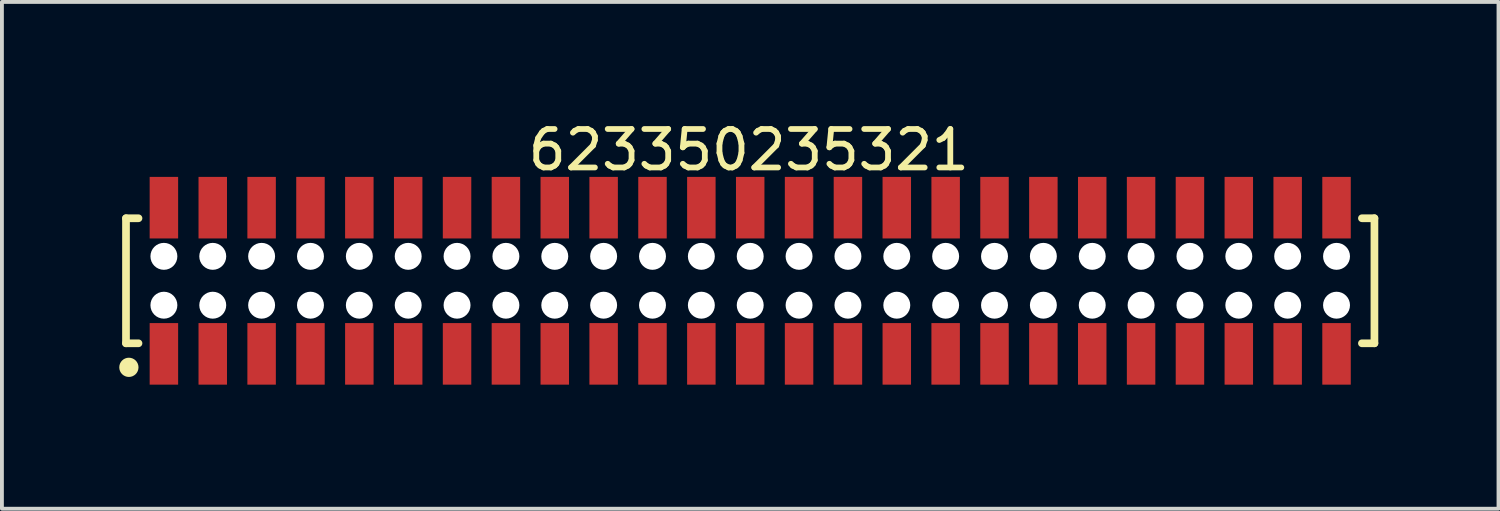
<source format=kicad_pcb>
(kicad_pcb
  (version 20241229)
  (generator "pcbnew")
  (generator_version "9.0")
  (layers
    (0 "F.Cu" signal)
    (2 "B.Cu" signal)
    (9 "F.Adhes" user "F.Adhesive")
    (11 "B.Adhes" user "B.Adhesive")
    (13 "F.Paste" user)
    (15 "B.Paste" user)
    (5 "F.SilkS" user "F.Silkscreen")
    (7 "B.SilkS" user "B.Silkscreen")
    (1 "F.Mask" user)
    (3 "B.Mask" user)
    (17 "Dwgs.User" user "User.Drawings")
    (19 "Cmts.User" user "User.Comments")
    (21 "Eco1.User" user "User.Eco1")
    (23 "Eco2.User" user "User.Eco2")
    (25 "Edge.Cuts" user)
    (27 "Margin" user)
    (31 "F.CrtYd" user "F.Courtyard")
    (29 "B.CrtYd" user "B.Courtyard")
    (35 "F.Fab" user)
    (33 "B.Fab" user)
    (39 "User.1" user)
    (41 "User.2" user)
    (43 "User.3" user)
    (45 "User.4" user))
  (footprint "623350235321"
    (layer "F.Cu")
    (at 16.45 4.248)
    (property "Reference" "623350235321" (at -0.037 -3.4 0) (layer "F.SilkS") (effects (font (size 1 1) (thickness 0.15))))
    (fp_line (start -16.225 -1.625) (end -15.9 -1.625) (stroke (width 0.2) (type solid)) (layer "F.SilkS"))
    (fp_line (start -16.225 1.625) (end -16.225 -1.625) (stroke (width 0.2) (type solid)) (layer "F.SilkS"))
    (fp_line (start -16.225 1.625) (end -15.9 1.625) (stroke (width 0.2) (type solid)) (layer "F.SilkS"))
    (fp_line (start 15.9 -1.625) (end 16.225 -1.625) (stroke (width 0.2) (type solid)) (layer "F.SilkS"))
    (fp_line (start 15.9 1.625) (end 16.225 1.625) (stroke (width 0.2) (type solid)) (layer "F.SilkS"))
    (fp_line (start 16.225 1.625) (end 16.225 -1.625) (stroke (width 0.2) (type solid)) (layer "F.SilkS"))
    (fp_circle (center -16.15 2.25) (end -16.15 2.125) (stroke (width 0.25) (type solid)) (fill no) (layer "F.SilkS"))
    (fp_line (start -16.425 -2.9) (end 16.425 -2.9) (stroke (width 0.05) (type solid)) (layer "Eco2.User"))
    (fp_line (start -16.425 2.9) (end -16.425 -2.9) (stroke (width 0.05) (type solid)) (layer "Eco2.User"))
    (fp_line (start -16.425 2.9) (end 16.425 2.9) (stroke (width 0.05) (type solid)) (layer "Eco2.User"))
    (fp_line (start -16.075 -1.55) (end 16.075 -1.55) (stroke (width 0.1) (type solid)) (layer "Eco2.User"))
    (fp_line (start -16.075 1.55) (end -16.075 -1.55) (stroke (width 0.1) (type solid)) (layer "Eco2.User"))
    (fp_line (start -16.075 1.55) (end 16.075 1.55) (stroke (width 0.1) (type solid)) (layer "Eco2.User"))
    (fp_line (start -15.44 -2.2) (end -15.04 -2.2) (stroke (width 0.1) (type solid)) (layer "Eco2.User"))
    (fp_line (start -15.44 -1.55) (end -15.44 -2.2) (stroke (width 0.1) (type solid)) (layer "Eco2.User"))
    (fp_line (start -15.44 2.2) (end -15.44 1.55) (stroke (width 0.1) (type solid)) (layer "Eco2.User"))
    (fp_line (start -15.44 2.2) (end -15.04 2.2) (stroke (width 0.1) (type solid)) (layer "Eco2.User"))
    (fp_line (start -15.04 -1.55) (end -15.04 -2.2) (stroke (width 0.1) (type solid)) (layer "Eco2.User"))
    (fp_line (start -15.04 2.2) (end -15.04 1.55) (stroke (width 0.1) (type solid)) (layer "Eco2.User"))
    (fp_line (start -14.17 -2.2) (end -13.77 -2.2) (stroke (width 0.1) (type solid)) (layer "Eco2.User"))
    (fp_line (start -14.17 -1.55) (end -14.17 -2.2) (stroke (width 0.1) (type solid)) (layer "Eco2.User"))
    (fp_line (start -14.17 2.2) (end -14.17 1.55) (stroke (width 0.1) (type solid)) (layer "Eco2.User"))
    (fp_line (start -14.17 2.2) (end -13.77 2.2) (stroke (width 0.1) (type solid)) (layer "Eco2.User"))
    (fp_line (start -13.77 -1.55) (end -13.77 -2.2) (stroke (width 0.1) (type solid)) (layer "Eco2.User"))
    (fp_line (start -13.77 2.2) (end -13.77 1.55) (stroke (width 0.1) (type solid)) (layer "Eco2.User"))
    (fp_line (start -12.9 -2.2) (end -12.5 -2.2) (stroke (width 0.1) (type solid)) (layer "Eco2.User"))
    (fp_line (start -12.9 -1.55) (end -12.9 -2.2) (stroke (width 0.1) (type solid)) (layer "Eco2.User"))
    (fp_line (start -12.9 2.2) (end -12.9 1.55) (stroke (width 0.1) (type solid)) (layer "Eco2.User"))
    (fp_line (start -12.9 2.2) (end -12.5 2.2) (stroke (width 0.1) (type solid)) (layer "Eco2.User"))
    (fp_line (start -12.5 -1.55) (end -12.5 -2.2) (stroke (width 0.1) (type solid)) (layer "Eco2.User"))
    (fp_line (start -12.5 2.2) (end -12.5 1.55) (stroke (width 0.1) (type solid)) (layer "Eco2.User"))
    (fp_line (start -11.63 -2.2) (end -11.23 -2.2) (stroke (width 0.1) (type solid)) (layer "Eco2.User"))
    (fp_line (start -11.63 -1.55) (end -11.63 -2.2) (stroke (width 0.1) (type solid)) (layer "Eco2.User"))
    (fp_line (start -11.63 2.2) (end -11.63 1.55) (stroke (width 0.1) (type solid)) (layer "Eco2.User"))
    (fp_line (start -11.63 2.2) (end -11.23 2.2) (stroke (width 0.1) (type solid)) (layer "Eco2.User"))
    (fp_line (start -11.23 -1.55) (end -11.23 -2.2) (stroke (width 0.1) (type solid)) (layer "Eco2.User"))
    (fp_line (start -11.23 2.2) (end -11.23 1.55) (stroke (width 0.1) (type solid)) (layer "Eco2.User"))
    (fp_line (start -10.36 -2.2) (end -9.96 -2.2) (stroke (width 0.1) (type solid)) (layer "Eco2.User"))
    (fp_line (start -10.36 -1.55) (end -10.36 -2.2) (stroke (width 0.1) (type solid)) (layer "Eco2.User"))
    (fp_line (start -10.36 2.2) (end -10.36 1.55) (stroke (width 0.1) (type solid)) (layer "Eco2.User"))
    (fp_line (start -10.36 2.2) (end -9.96 2.2) (stroke (width 0.1) (type solid)) (layer "Eco2.User"))
    (fp_line (start -9.96 -1.55) (end -9.96 -2.2) (stroke (width 0.1) (type solid)) (layer "Eco2.User"))
    (fp_line (start -9.96 2.2) (end -9.96 1.55) (stroke (width 0.1) (type solid)) (layer "Eco2.User"))
    (fp_line (start -9.09 -2.2) (end -8.69 -2.2) (stroke (width 0.1) (type solid)) (layer "Eco2.User"))
    (fp_line (start -9.09 -1.55) (end -9.09 -2.2) (stroke (width 0.1) (type solid)) (layer "Eco2.User"))
    (fp_line (start -9.09 2.2) (end -9.09 1.55) (stroke (width 0.1) (type solid)) (layer "Eco2.User"))
    (fp_line (start -9.09 2.2) (end -8.69 2.2) (stroke (width 0.1) (type solid)) (layer "Eco2.User"))
    (fp_line (start -8.69 -1.55) (end -8.69 -2.2) (stroke (width 0.1) (type solid)) (layer "Eco2.User"))
    (fp_line (start -8.69 2.2) (end -8.69 1.55) (stroke (width 0.1) (type solid)) (layer "Eco2.User"))
    (fp_line (start -7.82 -2.2) (end -7.42 -2.2) (stroke (width 0.1) (type solid)) (layer "Eco2.User"))
    (fp_line (start -7.82 -1.55) (end -7.82 -2.2) (stroke (width 0.1) (type solid)) (layer "Eco2.User"))
    (fp_line (start -7.82 2.2) (end -7.82 1.55) (stroke (width 0.1) (type solid)) (layer "Eco2.User"))
    (fp_line (start -7.82 2.2) (end -7.42 2.2) (stroke (width 0.1) (type solid)) (layer "Eco2.User"))
    (fp_line (start -7.42 -1.55) (end -7.42 -2.2) (stroke (width 0.1) (type solid)) (layer "Eco2.User"))
    (fp_line (start -7.42 2.2) (end -7.42 1.55) (stroke (width 0.1) (type solid)) (layer "Eco2.User"))
    (fp_line (start -6.55 -2.2) (end -6.15 -2.2) (stroke (width 0.1) (type solid)) (layer "Eco2.User"))
    (fp_line (start -6.55 -1.55) (end -6.55 -2.2) (stroke (width 0.1) (type solid)) (layer "Eco2.User"))
    (fp_line (start -6.55 2.2) (end -6.55 1.55) (stroke (width 0.1) (type solid)) (layer "Eco2.User"))
    (fp_line (start -6.55 2.2) (end -6.15 2.2) (stroke (width 0.1) (type solid)) (layer "Eco2.User"))
    (fp_line (start -6.15 -1.55) (end -6.15 -2.2) (stroke (width 0.1) (type solid)) (layer "Eco2.User"))
    (fp_line (start -6.15 2.2) (end -6.15 1.55) (stroke (width 0.1) (type solid)) (layer "Eco2.User"))
    (fp_line (start -5.28 -2.2) (end -4.88 -2.2) (stroke (width 0.1) (type solid)) (layer "Eco2.User"))
    (fp_line (start -5.28 -1.55) (end -5.28 -2.2) (stroke (width 0.1) (type solid)) (layer "Eco2.User"))
    (fp_line (start -5.28 2.2) (end -5.28 1.55) (stroke (width 0.1) (type solid)) (layer "Eco2.User"))
    (fp_line (start -5.28 2.2) (end -4.88 2.2) (stroke (width 0.1) (type solid)) (layer "Eco2.User"))
    (fp_line (start -4.88 -1.55) (end -4.88 -2.2) (stroke (width 0.1) (type solid)) (layer "Eco2.User"))
    (fp_line (start -4.88 2.2) (end -4.88 1.55) (stroke (width 0.1) (type solid)) (layer "Eco2.User"))
    (fp_line (start -4.01 -2.2) (end -3.61 -2.2) (stroke (width 0.1) (type solid)) (layer "Eco2.User"))
    (fp_line (start -4.01 -1.55) (end -4.01 -2.2) (stroke (width 0.1) (type solid)) (layer "Eco2.User"))
    (fp_line (start -4.01 2.2) (end -4.01 1.55) (stroke (width 0.1) (type solid)) (layer "Eco2.User"))
    (fp_line (start -4.01 2.2) (end -3.61 2.2) (stroke (width 0.1) (type solid)) (layer "Eco2.User"))
    (fp_line (start -3.61 -1.55) (end -3.61 -2.2) (stroke (width 0.1) (type solid)) (layer "Eco2.User"))
    (fp_line (start -3.61 2.2) (end -3.61 1.55) (stroke (width 0.1) (type solid)) (layer "Eco2.User"))
    (fp_line (start -2.74 -2.2) (end -2.34 -2.2) (stroke (width 0.1) (type solid)) (layer "Eco2.User"))
    (fp_line (start -2.74 -1.55) (end -2.74 -2.2) (stroke (width 0.1) (type solid)) (layer "Eco2.User"))
    (fp_line (start -2.74 2.2) (end -2.74 1.55) (stroke (width 0.1) (type solid)) (layer "Eco2.User"))
    (fp_line (start -2.74 2.2) (end -2.34 2.2) (stroke (width 0.1) (type solid)) (layer "Eco2.User"))
    (fp_line (start -2.34 -1.55) (end -2.34 -2.2) (stroke (width 0.1) (type solid)) (layer "Eco2.User"))
    (fp_line (start -2.34 2.2) (end -2.34 1.55) (stroke (width 0.1) (type solid)) (layer "Eco2.User"))
    (fp_line (start -1.47 -2.2) (end -1.07 -2.2) (stroke (width 0.1) (type solid)) (layer "Eco2.User"))
    (fp_line (start -1.47 -1.55) (end -1.47 -2.2) (stroke (width 0.1) (type solid)) (layer "Eco2.User"))
    (fp_line (start -1.47 2.2) (end -1.47 1.55) (stroke (width 0.1) (type solid)) (layer "Eco2.User"))
    (fp_line (start -1.47 2.2) (end -1.07 2.2) (stroke (width 0.1) (type solid)) (layer "Eco2.User"))
    (fp_line (start -1.07 -1.55) (end -1.07 -2.2) (stroke (width 0.1) (type solid)) (layer "Eco2.User"))
    (fp_line (start -1.07 2.2) (end -1.07 1.55) (stroke (width 0.1) (type solid)) (layer "Eco2.User"))
    (fp_line (start -0.5 0) (end 0.5 0) (stroke (width 0.05) (type solid)) (layer "Eco2.User"))
    (fp_line (start -0.2 -2.2) (end 0.2 -2.2) (stroke (width 0.1) (type solid)) (layer "Eco2.User"))
    (fp_line (start -0.2 -1.55) (end -0.2 -2.2) (stroke (width 0.1) (type solid)) (layer "Eco2.User"))
    (fp_line (start -0.2 2.2) (end -0.2 1.55) (stroke (width 0.1) (type solid)) (layer "Eco2.User"))
    (fp_line (start -0.2 2.2) (end 0.2 2.2) (stroke (width 0.1) (type solid)) (layer "Eco2.User"))
    (fp_line (start 0 0.5) (end 0 -0.5) (stroke (width 0.05) (type solid)) (layer "Eco2.User"))
    (fp_line (start 0.2 -1.55) (end 0.2 -2.2) (stroke (width 0.1) (type solid)) (layer "Eco2.User"))
    (fp_line (start 0.2 2.2) (end 0.2 1.55) (stroke (width 0.1) (type solid)) (layer "Eco2.User"))
    (fp_line (start 1.07 -2.2) (end 1.47 -2.2) (stroke (width 0.1) (type solid)) (layer "Eco2.User"))
    (fp_line (start 1.07 -1.55) (end 1.07 -2.2) (stroke (width 0.1) (type solid)) (layer "Eco2.User"))
    (fp_line (start 1.07 2.2) (end 1.07 1.55) (stroke (width 0.1) (type solid)) (layer "Eco2.User"))
    (fp_line (start 1.07 2.2) (end 1.47 2.2) (stroke (width 0.1) (type solid)) (layer "Eco2.User"))
    (fp_line (start 1.47 -1.55) (end 1.47 -2.2) (stroke (width 0.1) (type solid)) (layer "Eco2.User"))
    (fp_line (start 1.47 2.2) (end 1.47 1.55) (stroke (width 0.1) (type solid)) (layer "Eco2.User"))
    (fp_line (start 2.34 -2.2) (end 2.74 -2.2) (stroke (width 0.1) (type solid)) (layer "Eco2.User"))
    (fp_line (start 2.34 -1.55) (end 2.34 -2.2) (stroke (width 0.1) (type solid)) (layer "Eco2.User"))
    (fp_line (start 2.34 2.2) (end 2.34 1.55) (stroke (width 0.1) (type solid)) (layer "Eco2.User"))
    (fp_line (start 2.34 2.2) (end 2.74 2.2) (stroke (width 0.1) (type solid)) (layer "Eco2.User"))
    (fp_line (start 2.74 -1.55) (end 2.74 -2.2) (stroke (width 0.1) (type solid)) (layer "Eco2.User"))
    (fp_line (start 2.74 2.2) (end 2.74 1.55) (stroke (width 0.1) (type solid)) (layer "Eco2.User"))
    (fp_line (start 3.61 -2.2) (end 4.01 -2.2) (stroke (width 0.1) (type solid)) (layer "Eco2.User"))
    (fp_line (start 3.61 -1.55) (end 3.61 -2.2) (stroke (width 0.1) (type solid)) (layer "Eco2.User"))
    (fp_line (start 3.61 2.2) (end 3.61 1.55) (stroke (width 0.1) (type solid)) (layer "Eco2.User"))
    (fp_line (start 3.61 2.2) (end 4.01 2.2) (stroke (width 0.1) (type solid)) (layer "Eco2.User"))
    (fp_line (start 4.01 -1.55) (end 4.01 -2.2) (stroke (width 0.1) (type solid)) (layer "Eco2.User"))
    (fp_line (start 4.01 2.2) (end 4.01 1.55) (stroke (width 0.1) (type solid)) (layer "Eco2.User"))
    (fp_line (start 4.88 -2.2) (end 5.28 -2.2) (stroke (width 0.1) (type solid)) (layer "Eco2.User"))
    (fp_line (start 4.88 -1.55) (end 4.88 -2.2) (stroke (width 0.1) (type solid)) (layer "Eco2.User"))
    (fp_line (start 4.88 2.2) (end 4.88 1.55) (stroke (width 0.1) (type solid)) (layer "Eco2.User"))
    (fp_line (start 4.88 2.2) (end 5.28 2.2) (stroke (width 0.1) (type solid)) (layer "Eco2.User"))
    (fp_line (start 5.28 -1.55) (end 5.28 -2.2) (stroke (width 0.1) (type solid)) (layer "Eco2.User"))
    (fp_line (start 5.28 2.2) (end 5.28 1.55) (stroke (width 0.1) (type solid)) (layer "Eco2.User"))
    (fp_line (start 6.15 -2.2) (end 6.55 -2.2) (stroke (width 0.1) (type solid)) (layer "Eco2.User"))
    (fp_line (start 6.15 -1.55) (end 6.15 -2.2) (stroke (width 0.1) (type solid)) (layer "Eco2.User"))
    (fp_line (start 6.15 2.2) (end 6.15 1.55) (stroke (width 0.1) (type solid)) (layer "Eco2.User"))
    (fp_line (start 6.15 2.2) (end 6.55 2.2) (stroke (width 0.1) (type solid)) (layer "Eco2.User"))
    (fp_line (start 6.55 -1.55) (end 6.55 -2.2) (stroke (width 0.1) (type solid)) (layer "Eco2.User"))
    (fp_line (start 6.55 2.2) (end 6.55 1.55) (stroke (width 0.1) (type solid)) (layer "Eco2.User"))
    (fp_line (start 7.42 -2.2) (end 7.82 -2.2) (stroke (width 0.1) (type solid)) (layer "Eco2.User"))
    (fp_line (start 7.42 -1.55) (end 7.42 -2.2) (stroke (width 0.1) (type solid)) (layer "Eco2.User"))
    (fp_line (start 7.42 2.2) (end 7.42 1.55) (stroke (width 0.1) (type solid)) (layer "Eco2.User"))
    (fp_line (start 7.42 2.2) (end 7.82 2.2) (stroke (width 0.1) (type solid)) (layer "Eco2.User"))
    (fp_line (start 7.82 -1.55) (end 7.82 -2.2) (stroke (width 0.1) (type solid)) (layer "Eco2.User"))
    (fp_line (start 7.82 2.2) (end 7.82 1.55) (stroke (width 0.1) (type solid)) (layer "Eco2.User"))
    (fp_line (start 8.69 -2.2) (end 9.09 -2.2) (stroke (width 0.1) (type solid)) (layer "Eco2.User"))
    (fp_line (start 8.69 -1.55) (end 8.69 -2.2) (stroke (width 0.1) (type solid)) (layer "Eco2.User"))
    (fp_line (start 8.69 2.2) (end 8.69 1.55) (stroke (width 0.1) (type solid)) (layer "Eco2.User"))
    (fp_line (start 8.69 2.2) (end 9.09 2.2) (stroke (width 0.1) (type solid)) (layer "Eco2.User"))
    (fp_line (start 9.09 -1.55) (end 9.09 -2.2) (stroke (width 0.1) (type solid)) (layer "Eco2.User"))
    (fp_line (start 9.09 2.2) (end 9.09 1.55) (stroke (width 0.1) (type solid)) (layer "Eco2.User"))
    (fp_line (start 9.96 -2.2) (end 10.36 -2.2) (stroke (width 0.1) (type solid)) (layer "Eco2.User"))
    (fp_line (start 9.96 -1.55) (end 9.96 -2.2) (stroke (width 0.1) (type solid)) (layer "Eco2.User"))
    (fp_line (start 9.96 2.2) (end 9.96 1.55) (stroke (width 0.1) (type solid)) (layer "Eco2.User"))
    (fp_line (start 9.96 2.2) (end 10.36 2.2) (stroke (width 0.1) (type solid)) (layer "Eco2.User"))
    (fp_line (start 10.36 -1.55) (end 10.36 -2.2) (stroke (width 0.1) (type solid)) (layer "Eco2.User"))
    (fp_line (start 10.36 2.2) (end 10.36 1.55) (stroke (width 0.1) (type solid)) (layer "Eco2.User"))
    (fp_line (start 11.23 -2.2) (end 11.63 -2.2) (stroke (width 0.1) (type solid)) (layer "Eco2.User"))
    (fp_line (start 11.23 -1.55) (end 11.23 -2.2) (stroke (width 0.1) (type solid)) (layer "Eco2.User"))
    (fp_line (start 11.23 2.2) (end 11.23 1.55) (stroke (width 0.1) (type solid)) (layer "Eco2.User"))
    (fp_line (start 11.23 2.2) (end 11.63 2.2) (stroke (width 0.1) (type solid)) (layer "Eco2.User"))
    (fp_line (start 11.63 -1.55) (end 11.63 -2.2) (stroke (width 0.1) (type solid)) (layer "Eco2.User"))
    (fp_line (start 11.63 2.2) (end 11.63 1.55) (stroke (width 0.1) (type solid)) (layer "Eco2.User"))
    (fp_line (start 12.5 -2.2) (end 12.9 -2.2) (stroke (width 0.1) (type solid)) (layer "Eco2.User"))
    (fp_line (start 12.5 -1.55) (end 12.5 -2.2) (stroke (width 0.1) (type solid)) (layer "Eco2.User"))
    (fp_line (start 12.5 2.2) (end 12.5 1.55) (stroke (width 0.1) (type solid)) (layer "Eco2.User"))
    (fp_line (start 12.5 2.2) (end 12.9 2.2) (stroke (width 0.1) (type solid)) (layer "Eco2.User"))
    (fp_line (start 12.9 -1.55) (end 12.9 -2.2) (stroke (width 0.1) (type solid)) (layer "Eco2.User"))
    (fp_line (start 12.9 2.2) (end 12.9 1.55) (stroke (width 0.1) (type solid)) (layer "Eco2.User"))
    (fp_line (start 13.77 -2.2) (end 14.17 -2.2) (stroke (width 0.1) (type solid)) (layer "Eco2.User"))
    (fp_line (start 13.77 -1.55) (end 13.77 -2.2) (stroke (width 0.1) (type solid)) (layer "Eco2.User"))
    (fp_line (start 13.77 2.2) (end 13.77 1.55) (stroke (width 0.1) (type solid)) (layer "Eco2.User"))
    (fp_line (start 13.77 2.2) (end 14.17 2.2) (stroke (width 0.1) (type solid)) (layer "Eco2.User"))
    (fp_line (start 14.17 -1.55) (end 14.17 -2.2) (stroke (width 0.1) (type solid)) (layer "Eco2.User"))
    (fp_line (start 14.17 2.2) (end 14.17 1.55) (stroke (width 0.1) (type solid)) (layer "Eco2.User"))
    (fp_line (start 15.04 -2.2) (end 15.44 -2.2) (stroke (width 0.1) (type solid)) (layer "Eco2.User"))
    (fp_line (start 15.04 -1.55) (end 15.04 -2.2) (stroke (width 0.1) (type solid)) (layer "Eco2.User"))
    (fp_line (start 15.04 2.2) (end 15.04 1.55) (stroke (width 0.1) (type solid)) (layer "Eco2.User"))
    (fp_line (start 15.04 2.2) (end 15.44 2.2) (stroke (width 0.1) (type solid)) (layer "Eco2.User"))
    (fp_line (start 15.44 -1.55) (end 15.44 -2.2) (stroke (width 0.1) (type solid)) (layer "Eco2.User"))
    (fp_line (start 15.44 2.2) (end 15.44 1.55) (stroke (width 0.1) (type solid)) (layer "Eco2.User"))
    (fp_line (start 16.075 1.55) (end 16.075 -1.55) (stroke (width 0.1) (type solid)) (layer "Eco2.User"))
    (fp_line (start 16.425 2.9) (end 16.425 -2.9) (stroke (width 0.05) (type solid)) (layer "Eco2.User"))
    (fp_text user "${REFERENCE}" (at 0.15 -0.197 0) (unlocked yes) (layer "User.3") (effects (font (size 1.5 1.5) (thickness 0.15))))
    (pad "" np_thru_hole circle (at -15.24 -0.635) (size 0.7 0.7) (drill 0.7) (layers "*.Cu" "*.Mask"))
    (pad "" np_thru_hole circle (at -15.24 0.635) (size 0.7 0.7) (drill 0.7) (layers "*.Cu" "*.Mask"))
    (pad "" np_thru_hole circle (at -13.97 -0.635) (size 0.7 0.7) (drill 0.7) (layers "*.Cu" "*.Mask"))
    (pad "" np_thru_hole circle (at -13.97 0.635) (size 0.7 0.7) (drill 0.7) (layers "*.Cu" "*.Mask"))
    (pad "" np_thru_hole circle (at -12.7 -0.635) (size 0.7 0.7) (drill 0.7) (layers "*.Cu" "*.Mask"))
    (pad "" np_thru_hole circle (at -12.7 0.635) (size 0.7 0.7) (drill 0.7) (layers "*.Cu" "*.Mask"))
    (pad "" np_thru_hole circle (at -11.43 -0.635) (size 0.7 0.7) (drill 0.7) (layers "*.Cu" "*.Mask"))
    (pad "" np_thru_hole circle (at -11.43 0.635) (size 0.7 0.7) (drill 0.7) (layers "*.Cu" "*.Mask"))
    (pad "" np_thru_hole circle (at -10.16 -0.635) (size 0.7 0.7) (drill 0.7) (layers "*.Cu" "*.Mask"))
    (pad "" np_thru_hole circle (at -10.16 0.635) (size 0.7 0.7) (drill 0.7) (layers "*.Cu" "*.Mask"))
    (pad "" np_thru_hole circle (at -8.89 -0.635) (size 0.7 0.7) (drill 0.7) (layers "*.Cu" "*.Mask"))
    (pad "" np_thru_hole circle (at -8.89 0.635) (size 0.7 0.7) (drill 0.7) (layers "*.Cu" "*.Mask"))
    (pad "" np_thru_hole circle (at -7.62 -0.635) (size 0.7 0.7) (drill 0.7) (layers "*.Cu" "*.Mask"))
    (pad "" np_thru_hole circle (at -7.62 0.635) (size 0.7 0.7) (drill 0.7) (layers "*.Cu" "*.Mask"))
    (pad "" np_thru_hole circle (at -6.35 -0.635) (size 0.7 0.7) (drill 0.7) (layers "*.Cu" "*.Mask"))
    (pad "" np_thru_hole circle (at -6.35 0.635) (size 0.7 0.7) (drill 0.7) (layers "*.Cu" "*.Mask"))
    (pad "" np_thru_hole circle (at -5.08 -0.635) (size 0.7 0.7) (drill 0.7) (layers "*.Cu" "*.Mask"))
    (pad "" np_thru_hole circle (at -5.08 0.635) (size 0.7 0.7) (drill 0.7) (layers "*.Cu" "*.Mask"))
    (pad "" np_thru_hole circle (at -3.81 -0.635) (size 0.7 0.7) (drill 0.7) (layers "*.Cu" "*.Mask"))
    (pad "" np_thru_hole circle (at -3.81 0.635) (size 0.7 0.7) (drill 0.7) (layers "*.Cu" "*.Mask"))
    (pad "" np_thru_hole circle (at -2.54 -0.635) (size 0.7 0.7) (drill 0.7) (layers "*.Cu" "*.Mask"))
    (pad "" np_thru_hole circle (at -2.54 0.635) (size 0.7 0.7) (drill 0.7) (layers "*.Cu" "*.Mask"))
    (pad "" np_thru_hole circle (at -1.27 -0.635) (size 0.7 0.7) (drill 0.7) (layers "*.Cu" "*.Mask"))
    (pad "" np_thru_hole circle (at -1.27 0.635) (size 0.7 0.7) (drill 0.7) (layers "*.Cu" "*.Mask"))
    (pad "" np_thru_hole circle (at 0 -0.635) (size 0.7 0.7) (drill 0.7) (layers "*.Cu" "*.Mask"))
    (pad "" np_thru_hole circle (at 0 0.635) (size 0.7 0.7) (drill 0.7) (layers "*.Cu" "*.Mask"))
    (pad "" np_thru_hole circle (at 1.27 -0.635) (size 0.7 0.7) (drill 0.7) (layers "*.Cu" "*.Mask"))
    (pad "" np_thru_hole circle (at 1.27 0.635) (size 0.7 0.7) (drill 0.7) (layers "*.Cu" "*.Mask"))
    (pad "" np_thru_hole circle (at 2.54 -0.635) (size 0.7 0.7) (drill 0.7) (layers "*.Cu" "*.Mask"))
    (pad "" np_thru_hole circle (at 2.54 0.635) (size 0.7 0.7) (drill 0.7) (layers "*.Cu" "*.Mask"))
    (pad "" np_thru_hole circle (at 3.81 -0.635) (size 0.7 0.7) (drill 0.7) (layers "*.Cu" "*.Mask"))
    (pad "" np_thru_hole circle (at 3.81 0.635) (size 0.7 0.7) (drill 0.7) (layers "*.Cu" "*.Mask"))
    (pad "" np_thru_hole circle (at 5.08 -0.635) (size 0.7 0.7) (drill 0.7) (layers "*.Cu" "*.Mask"))
    (pad "" np_thru_hole circle (at 5.08 0.635) (size 0.7 0.7) (drill 0.7) (layers "*.Cu" "*.Mask"))
    (pad "" np_thru_hole circle (at 6.35 -0.635) (size 0.7 0.7) (drill 0.7) (layers "*.Cu" "*.Mask"))
    (pad "" np_thru_hole circle (at 6.35 0.635) (size 0.7 0.7) (drill 0.7) (layers "*.Cu" "*.Mask"))
    (pad "" np_thru_hole circle (at 7.62 -0.635) (size 0.7 0.7) (drill 0.7) (layers "*.Cu" "*.Mask"))
    (pad "" np_thru_hole circle (at 7.62 0.635) (size 0.7 0.7) (drill 0.7) (layers "*.Cu" "*.Mask"))
    (pad "" np_thru_hole circle (at 8.89 -0.635) (size 0.7 0.7) (drill 0.7) (layers "*.Cu" "*.Mask"))
    (pad "" np_thru_hole circle (at 8.89 0.635) (size 0.7 0.7) (drill 0.7) (layers "*.Cu" "*.Mask"))
    (pad "" np_thru_hole circle (at 10.16 -0.635) (size 0.7 0.7) (drill 0.7) (layers "*.Cu" "*.Mask"))
    (pad "" np_thru_hole circle (at 10.16 0.635) (size 0.7 0.7) (drill 0.7) (layers "*.Cu" "*.Mask"))
    (pad "" np_thru_hole circle (at 11.43 -0.635) (size 0.7 0.7) (drill 0.7) (layers "*.Cu" "*.Mask"))
    (pad "" np_thru_hole circle (at 11.43 0.635) (size 0.7 0.7) (drill 0.7) (layers "*.Cu" "*.Mask"))
    (pad "" np_thru_hole circle (at 12.7 -0.635) (size 0.7 0.7) (drill 0.7) (layers "*.Cu" "*.Mask"))
    (pad "" np_thru_hole circle (at 12.7 0.635) (size 0.7 0.7) (drill 0.7) (layers "*.Cu" "*.Mask"))
    (pad "" np_thru_hole circle (at 13.97 -0.635) (size 0.7 0.7) (drill 0.7) (layers "*.Cu" "*.Mask"))
    (pad "" np_thru_hole circle (at 13.97 0.635) (size 0.7 0.7) (drill 0.7) (layers "*.Cu" "*.Mask"))
    (pad "" np_thru_hole circle (at 15.24 -0.635) (size 0.7 0.7) (drill 0.7) (layers "*.Cu" "*.Mask"))
    (pad "" np_thru_hole circle (at 15.24 0.635) (size 0.7 0.7) (drill 0.7) (layers "*.Cu" "*.Mask"))
    (pad "1" smd rect (at -15.24 1.9) (size 0.74 1.6) (layers "F.Cu" "F.Mask" "F.Paste"))
    (pad "2" smd rect (at -15.24 -1.9) (size 0.74 1.6) (layers "F.Cu" "F.Mask" "F.Paste"))
    (pad "3" smd rect (at -13.97 1.9) (size 0.74 1.6) (layers "F.Cu" "F.Mask" "F.Paste"))
    (pad "4" smd rect (at -13.97 -1.9) (size 0.74 1.6) (layers "F.Cu" "F.Mask" "F.Paste"))
    (pad "5" smd rect (at -12.7 1.9) (size 0.74 1.6) (layers "F.Cu" "F.Mask" "F.Paste"))
    (pad "6" smd rect (at -12.7 -1.9) (size 0.74 1.6) (layers "F.Cu" "F.Mask" "F.Paste"))
    (pad "7" smd rect (at -11.43 1.9) (size 0.74 1.6) (layers "F.Cu" "F.Mask" "F.Paste"))
    (pad "8" smd rect (at -11.43 -1.9) (size 0.74 1.6) (layers "F.Cu" "F.Mask" "F.Paste"))
    (pad "9" smd rect (at -10.16 1.9) (size 0.74 1.6) (layers "F.Cu" "F.Mask" "F.Paste"))
    (pad "10" smd rect (at -10.16 -1.9) (size 0.74 1.6) (layers "F.Cu" "F.Mask" "F.Paste"))
    (pad "11" smd rect (at -8.89 1.9) (size 0.74 1.6) (layers "F.Cu" "F.Mask" "F.Paste"))
    (pad "12" smd rect (at -8.89 -1.9) (size 0.74 1.6) (layers "F.Cu" "F.Mask" "F.Paste"))
    (pad "13" smd rect (at -7.62 1.9) (size 0.74 1.6) (layers "F.Cu" "F.Mask" "F.Paste"))
    (pad "14" smd rect (at -7.62 -1.9) (size 0.74 1.6) (layers "F.Cu" "F.Mask" "F.Paste"))
    (pad "15" smd rect (at -6.35 1.9) (size 0.74 1.6) (layers "F.Cu" "F.Mask" "F.Paste"))
    (pad "16" smd rect (at -6.35 -1.9) (size 0.74 1.6) (layers "F.Cu" "F.Mask" "F.Paste"))
    (pad "17" smd rect (at -5.08 1.9) (size 0.74 1.6) (layers "F.Cu" "F.Mask" "F.Paste"))
    (pad "18" smd rect (at -5.08 -1.9) (size 0.74 1.6) (layers "F.Cu" "F.Mask" "F.Paste"))
    (pad "19" smd rect (at -3.81 1.9) (size 0.74 1.6) (layers "F.Cu" "F.Mask" "F.Paste"))
    (pad "20" smd rect (at -3.81 -1.9) (size 0.74 1.6) (layers "F.Cu" "F.Mask" "F.Paste"))
    (pad "21" smd rect (at -2.54 1.9) (size 0.74 1.6) (layers "F.Cu" "F.Mask" "F.Paste"))
    (pad "22" smd rect (at -2.54 -1.9) (size 0.74 1.6) (layers "F.Cu" "F.Mask" "F.Paste"))
    (pad "23" smd rect (at -1.27 1.9) (size 0.74 1.6) (layers "F.Cu" "F.Mask" "F.Paste"))
    (pad "24" smd rect (at -1.27 -1.9) (size 0.74 1.6) (layers "F.Cu" "F.Mask" "F.Paste"))
    (pad "25" smd rect (at 0 1.9) (size 0.74 1.6) (layers "F.Cu" "F.Mask" "F.Paste"))
    (pad "26" smd rect (at 0 -1.9) (size 0.74 1.6) (layers "F.Cu" "F.Mask" "F.Paste"))
    (pad "27" smd rect (at 1.27 1.9) (size 0.74 1.6) (layers "F.Cu" "F.Mask" "F.Paste"))
    (pad "28" smd rect (at 1.27 -1.9) (size 0.74 1.6) (layers "F.Cu" "F.Mask" "F.Paste"))
    (pad "29" smd rect (at 2.54 1.9) (size 0.74 1.6) (layers "F.Cu" "F.Mask" "F.Paste"))
    (pad "30" smd rect (at 2.54 -1.9) (size 0.74 1.6) (layers "F.Cu" "F.Mask" "F.Paste"))
    (pad "31" smd rect (at 3.81 1.9) (size 0.74 1.6) (layers "F.Cu" "F.Mask" "F.Paste"))
    (pad "32" smd rect (at 3.81 -1.9) (size 0.74 1.6) (layers "F.Cu" "F.Mask" "F.Paste"))
    (pad "33" smd rect (at 5.08 1.9) (size 0.74 1.6) (layers "F.Cu" "F.Mask" "F.Paste"))
    (pad "34" smd rect (at 5.08 -1.9) (size 0.74 1.6) (layers "F.Cu" "F.Mask" "F.Paste"))
    (pad "35" smd rect (at 6.35 1.9) (size 0.74 1.6) (layers "F.Cu" "F.Mask" "F.Paste"))
    (pad "36" smd rect (at 6.35 -1.9) (size 0.74 1.6) (layers "F.Cu" "F.Mask" "F.Paste"))
    (pad "37" smd rect (at 7.62 1.9) (size 0.74 1.6) (layers "F.Cu" "F.Mask" "F.Paste"))
    (pad "38" smd rect (at 7.62 -1.9) (size 0.74 1.6) (layers "F.Cu" "F.Mask" "F.Paste"))
    (pad "39" smd rect (at 8.89 1.9) (size 0.74 1.6) (layers "F.Cu" "F.Mask" "F.Paste"))
    (pad "40" smd rect (at 8.89 -1.9) (size 0.74 1.6) (layers "F.Cu" "F.Mask" "F.Paste"))
    (pad "41" smd rect (at 10.16 1.9) (size 0.74 1.6) (layers "F.Cu" "F.Mask" "F.Paste"))
    (pad "42" smd rect (at 10.16 -1.9) (size 0.74 1.6) (layers "F.Cu" "F.Mask" "F.Paste"))
    (pad "43" smd rect (at 11.43 1.9) (size 0.74 1.6) (layers "F.Cu" "F.Mask" "F.Paste"))
    (pad "44" smd rect (at 11.43 -1.9) (size 0.74 1.6) (layers "F.Cu" "F.Mask" "F.Paste"))
    (pad "45" smd rect (at 12.7 1.9) (size 0.74 1.6) (layers "F.Cu" "F.Mask" "F.Paste"))
    (pad "46" smd rect (at 12.7 -1.9) (size 0.74 1.6) (layers "F.Cu" "F.Mask" "F.Paste"))
    (pad "47" smd rect (at 13.97 1.9) (size 0.74 1.6) (layers "F.Cu" "F.Mask" "F.Paste"))
    (pad "48" smd rect (at 13.97 -1.9) (size 0.74 1.6) (layers "F.Cu" "F.Mask" "F.Paste"))
    (pad "49" smd rect (at 15.24 1.9) (size 0.74 1.6) (layers "F.Cu" "F.Mask" "F.Paste"))
    (pad "50" smd rect (at 15.24 -1.9) (size 0.74 1.6) (layers "F.Cu" "F.Mask" "F.Paste")))
  (gr_rect
    (start -3 -3)
    (end 35.9 10.173)
    (stroke (width 0.1) (type default))
    (fill no)
    (layer "Edge.Cuts")))
</source>
